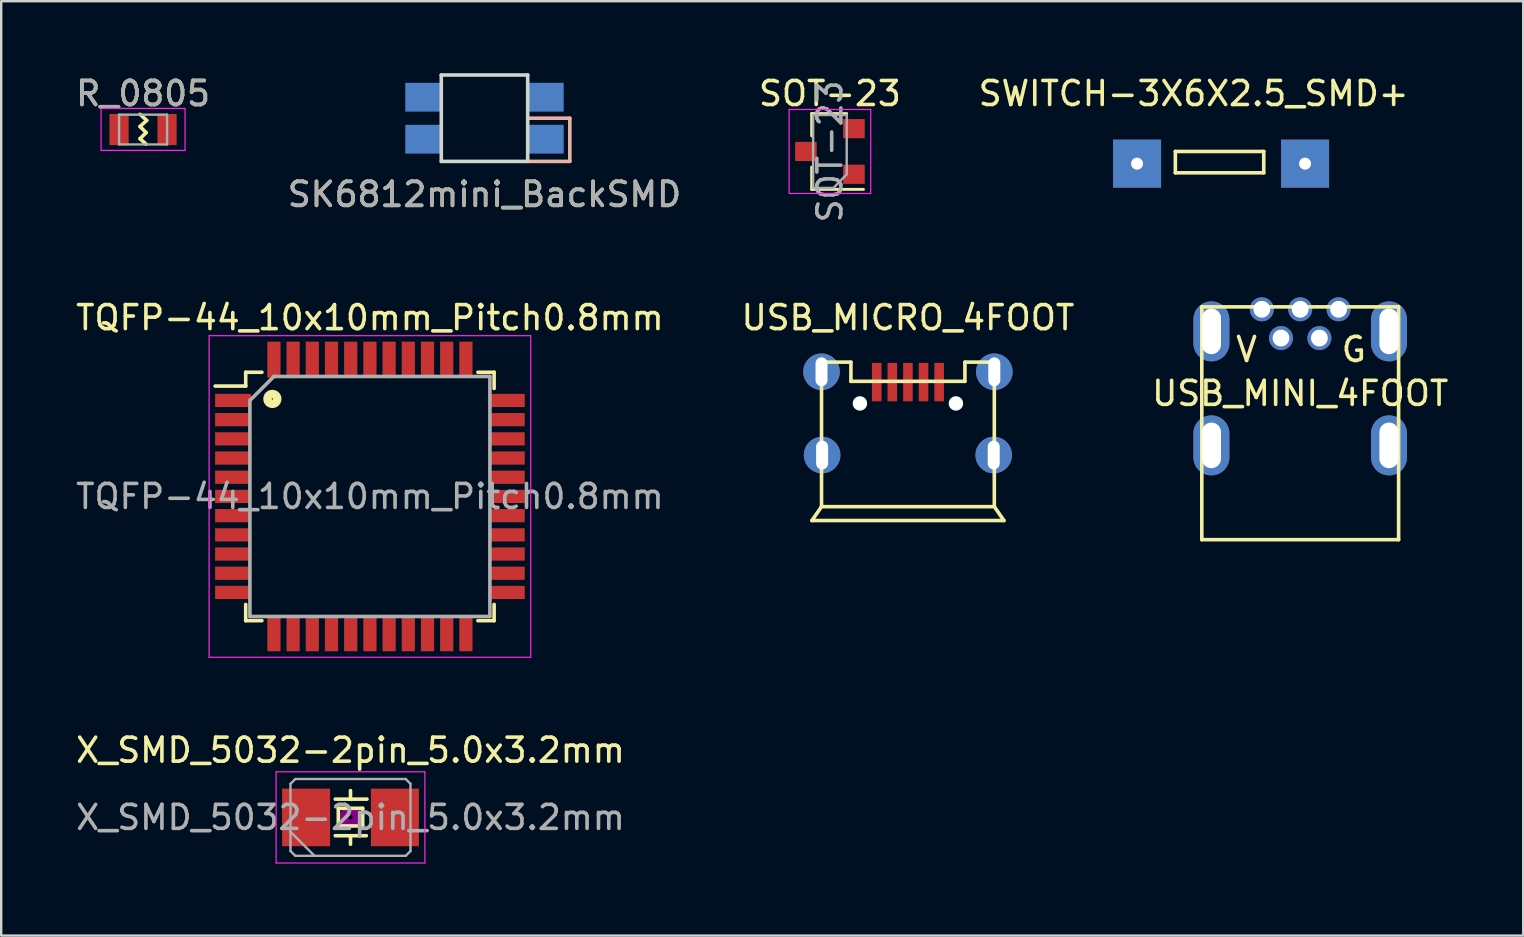
<source format=kicad_pcb>
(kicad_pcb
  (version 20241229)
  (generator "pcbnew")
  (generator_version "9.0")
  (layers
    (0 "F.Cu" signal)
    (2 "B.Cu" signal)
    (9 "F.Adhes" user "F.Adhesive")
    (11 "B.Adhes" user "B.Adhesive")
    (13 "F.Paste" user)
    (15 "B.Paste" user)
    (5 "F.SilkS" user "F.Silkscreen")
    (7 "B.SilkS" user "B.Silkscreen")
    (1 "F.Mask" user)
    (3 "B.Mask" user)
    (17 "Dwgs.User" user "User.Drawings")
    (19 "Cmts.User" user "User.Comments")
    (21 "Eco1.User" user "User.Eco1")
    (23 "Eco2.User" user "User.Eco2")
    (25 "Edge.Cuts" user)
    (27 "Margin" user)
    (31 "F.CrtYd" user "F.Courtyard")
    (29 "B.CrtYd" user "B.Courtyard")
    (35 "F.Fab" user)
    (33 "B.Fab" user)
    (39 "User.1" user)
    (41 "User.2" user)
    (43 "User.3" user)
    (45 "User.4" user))
  (footprint "USB_MINI_4FOOT"
    (layer "F.Cu")
    (at 51.125 9.837)
    (property "Reference" "USB_MINI_4FOOT" (at 0 3.505 0) (layer "F.SilkS") (effects (font (size 1 1) (thickness 0.15))))
    (attr through_hole)
    (fp_line (start -4.1 -0.1) (end -4.1 9.6) (stroke (width 0.15) (type solid)) (layer "F.SilkS"))
    (fp_line (start -4.1 -0.1) (end 4.1 -0.1) (stroke (width 0.15) (type solid)) (layer "F.SilkS"))
    (fp_line (start -4.1 9.6) (end 4.1 9.6) (stroke (width 0.15) (type solid)) (layer "F.SilkS"))
    (fp_line (start 4.1 -0.1) (end 4.1 9.6) (stroke (width 0.15) (type solid)) (layer "F.SilkS"))
    (fp_text user "V" (at -2.235 1.676 0) (layer "F.SilkS") (effects (font (size 1 1) (thickness 0.15))))
    (fp_text user "G" (at 2.235 1.676 0) (layer "F.SilkS") (effects (font (size 1 1) (thickness 0.15))))
    (pad "1" thru_hole circle (at -1.6 0) (size 1 1) (drill 0.7) (layers "*.Cu" "*.Mask"))
    (pad "2" thru_hole circle (at -0.8 1.2) (size 1 1) (drill 0.7) (layers "*.Cu" "*.Mask"))
    (pad "3" thru_hole circle (at 0 0) (size 1 1) (drill 0.7) (layers "*.Cu" "*.Mask"))
    (pad "4" thru_hole circle (at 0.8 1.2) (size 1 1) (drill 0.7) (layers "*.Cu" "*.Mask"))
    (pad "5" thru_hole circle (at 1.6 0) (size 1 1) (drill 0.7) (layers "*.Cu" "*.Mask"))
    (pad "6" thru_hole oval (at -3.7 0.92) (size 1.5 2.5) (drill oval 0.8 1.9) (layers "*.Cu" "*.Mask"))
    (pad "6" thru_hole oval (at -3.7 5.67) (size 1.5 2.5) (drill oval 0.8 1.9) (layers "*.Cu" "*.Mask"))
    (pad "6" thru_hole oval (at 3.7 0.92) (size 1.5 2.5) (drill oval 0.8 1.9) (layers "*.Cu" "*.Mask"))
    (pad "6" thru_hole oval (at 3.7 5.67) (size 1.5 2.5) (drill oval 0.8 1.9) (layers "*.Cu" "*.Mask")))
  (footprint "SWITCH-3X6X2.5_SMD+"
    (layer "F.Cu")
    (at 47.828 3.769)
    (property "Reference" "SWITCH-3X6X2.5_SMD+" (at -1.143 -2.921 0) (layer "F.SilkS") (effects (font (size 1 1) (thickness 0.15))))
    (attr through_hole)
    (fp_line (start -1.905 -0.508) (end -1.905 0.381) (stroke (width 0.15) (type solid)) (layer "F.SilkS"))
    (fp_line (start -1.905 0.381) (end 1.778 0.381) (stroke (width 0.15) (type solid)) (layer "F.SilkS"))
    (fp_line (start 1.778 -0.508) (end -1.905 -0.508) (stroke (width 0.15) (type solid)) (layer "F.SilkS"))
    (fp_line (start 1.778 0.381) (end 1.778 -0.508) (stroke (width 0.15) (type solid)) (layer "F.SilkS"))
    (pad "1" thru_hole rect (at -3.5 0) (size 2 2) (drill 0.5) (layers "*.Cu" "*.Mask"))
    (pad "2" thru_hole rect (at 3.5 0) (size 2 2) (drill 0.5) (layers "*.Cu" "*.Mask")))
  (footprint "SOT-23"
    (layer "F.Cu")
    (at 31.53 3.261)
    (property "Reference" "SOT-23" (at 0 -2.413 0) (layer "F.SilkS") (effects (font (size 1 1) (thickness 0.15))))
    (attr smd)
    (fp_line (start -0.76 -1.58) (end -0.76 -0.65) (stroke (width 0.12) (type solid)) (layer "F.SilkS"))
    (fp_line (start -0.76 -1.58) (end 0.7 -1.58) (stroke (width 0.12) (type solid)) (layer "F.SilkS"))
    (fp_line (start -0.76 1.58) (end -0.76 0.65) (stroke (width 0.12) (type solid)) (layer "F.SilkS"))
    (fp_line (start -0.76 1.58) (end 1.4 1.58) (stroke (width 0.12) (type solid)) (layer "F.SilkS"))
    (fp_line (start -1.7 -1.75) (end 1.7 -1.75) (stroke (width 0.05) (type solid)) (layer "F.CrtYd"))
    (fp_line (start -1.7 1.75) (end -1.7 -1.75) (stroke (width 0.05) (type solid)) (layer "F.CrtYd"))
    (fp_line (start 1.7 -1.75) (end 1.7 1.75) (stroke (width 0.05) (type solid)) (layer "F.CrtYd"))
    (fp_line (start 1.7 1.75) (end -1.7 1.75) (stroke (width 0.05) (type solid)) (layer "F.CrtYd"))
    (fp_line (start -0.7 -1.52) (end -0.7 1.52) (stroke (width 0.1) (type solid)) (layer "F.Fab"))
    (fp_line (start -0.7 -1.52) (end 0.7 -1.52) (stroke (width 0.1) (type solid)) (layer "F.Fab"))
    (fp_line (start 0.15 1.52) (end -0.7 1.52) (stroke (width 0.1) (type solid)) (layer "F.Fab"))
    (fp_line (start 0.7 0.95) (end 0.15 1.52) (stroke (width 0.1) (type solid)) (layer "F.Fab"))
    (fp_line (start 0.7 0.95) (end 0.7 -1.5) (stroke (width 0.1) (type solid)) (layer "F.Fab"))
    (fp_text user "${REFERENCE}" (at -0.0001 -0.001 270) (layer "F.Fab") (effects (font (size 1 1) (thickness 0.15))))
    (pad "1" smd rect (at 1 0.95) (size 0.9 0.8) (layers "F.Cu" "F.Mask" "F.Paste"))
    (pad "2" smd rect (at 1 -0.95) (size 0.9 0.8) (layers "F.Cu" "F.Mask" "F.Paste"))
    (pad "3" smd rect (at -1 0) (size 0.9 0.8) (layers "F.Cu" "F.Mask" "F.Paste")))
  (footprint "R_0805"
    (layer "F.Cu")
    (at 2.911 2.348)
    (property "Reference" "R_0805" (at 0 -1.5 0) (layer "F.SilkS") (effects (font (size 1 1) (thickness 0.15))))
    (attr smd)
    (fp_line (start -0.127 -0.635) (end 0.152 -0.381) (stroke (width 0.15) (type solid)) (layer "F.SilkS"))
    (fp_line (start -0.127 -0.127) (end 0.127 0.127) (stroke (width 0.15) (type solid)) (layer "F.SilkS"))
    (fp_line (start -0.127 0.381) (end 0.127 0.61) (stroke (width 0.15) (type solid)) (layer "F.SilkS"))
    (fp_line (start 0.127 0.127) (end -0.127 0.381) (stroke (width 0.15) (type solid)) (layer "F.SilkS"))
    (fp_line (start 0.152 -0.381) (end -0.127 -0.127) (stroke (width 0.15) (type solid)) (layer "F.SilkS"))
    (fp_line (start -1.75 -0.88) (end -1.75 0.87) (stroke (width 0.05) (type solid)) (layer "F.CrtYd"))
    (fp_line (start -1.75 -0.88) (end 1.75 -0.88) (stroke (width 0.05) (type solid)) (layer "F.CrtYd"))
    (fp_line (start 1.75 0.87) (end -1.75 0.87) (stroke (width 0.05) (type solid)) (layer "F.CrtYd"))
    (fp_line (start 1.75 0.87) (end 1.75 -0.88) (stroke (width 0.05) (type solid)) (layer "F.CrtYd"))
    (fp_line (start -1 -0.62) (end 1 -0.62) (stroke (width 0.1) (type solid)) (layer "F.Fab"))
    (fp_line (start -1 0.62) (end -1 -0.62) (stroke (width 0.1) (type solid)) (layer "F.Fab"))
    (fp_line (start 1 -0.62) (end 1 0.62) (stroke (width 0.1) (type solid)) (layer "F.Fab"))
    (fp_line (start 1 0.62) (end -1 0.62) (stroke (width 0.1) (type solid)) (layer "F.Fab"))
    (fp_text user "${REFERENCE}" (at 0 -1.5 0) (layer "F.Fab") (effects (font (size 1 1) (thickness 0.15))))
    (pad "1" smd rect (at -1 0) (size 0.8 1.3) (layers "F.Cu" "F.Mask" "F.Paste"))
    (pad "2" smd rect (at 1 0) (size 0.8 1.3) (layers "F.Cu" "F.Mask" "F.Paste")))
  (footprint "USB_MICRO_4FOOT"
    (layer "F.Cu")
    (at 34.78 18.06)
    (property "Reference" "USB_MICRO_4FOOT" (at 0 -7.874 0) (layer "F.SilkS") (effects (font (size 1 1) (thickness 0.15))))
    (attr through_hole)
    (fp_line (start -4 0.58) (end 4 0.58) (stroke (width 0.15) (type solid)) (layer "F.SilkS"))
    (fp_line (start -3.6 -6.02) (end -3.6 0) (stroke (width 0.15) (type solid)) (layer "F.SilkS"))
    (fp_line (start -3.6 -6.02) (end -2.375 -6.02) (stroke (width 0.15) (type solid)) (layer "F.SilkS"))
    (fp_line (start -3.6 0) (end -4 0.58) (stroke (width 0.15) (type solid)) (layer "F.SilkS"))
    (fp_line (start -3.6 0) (end 3.6 0) (stroke (width 0.15) (type solid)) (layer "F.SilkS"))
    (fp_line (start -2.375 -6.02) (end -2.375 -5.22) (stroke (width 0.15) (type solid)) (layer "F.SilkS"))
    (fp_line (start -2.375 -5.22) (end 2.375 -5.22) (stroke (width 0.15) (type solid)) (layer "F.SilkS"))
    (fp_line (start 2.375 -6.02) (end 2.375 -5.22) (stroke (width 0.15) (type solid)) (layer "F.SilkS"))
    (fp_line (start 3.6 -6.02) (end 2.375 -6.02) (stroke (width 0.15) (type solid)) (layer "F.SilkS"))
    (fp_line (start 3.6 -6.02) (end 3.6 0) (stroke (width 0.15) (type solid)) (layer "F.SilkS"))
    (fp_line (start 3.6 0) (end 4 0.58) (stroke (width 0.15) (type solid)) (layer "F.SilkS"))
    (pad "" np_thru_hole circle (at -2 -4.3) (size 0.6 0.6) (drill 0.6) (layers "*.Cu"))
    (pad "" np_thru_hole circle (at 2 -4.3) (size 0.6 0.6) (drill 0.6) (layers "*.Cu"))
    (pad "1" smd rect (at -1.3 -5.19) (size 0.4 1.6) (layers "F.Cu" "F.Mask" "F.Paste"))
    (pad "2" smd rect (at -0.65 -5.19) (size 0.4 1.6) (layers "F.Cu" "F.Mask" "F.Paste"))
    (pad "3" smd rect (at 0 -5.19) (size 0.4 1.6) (layers "F.Cu" "F.Mask" "F.Paste"))
    (pad "4" smd rect (at 0.65 -5.19) (size 0.4 1.6) (layers "F.Cu" "F.Mask" "F.Paste"))
    (pad "5" smd rect (at 1.3 -5.19) (size 0.4 1.6) (layers "F.Cu" "F.Mask" "F.Paste"))
    (pad "6" thru_hole circle (at -3.6 -5.62) (size 1.524 1.524) (drill oval 0.5 1.2) (layers "*.Cu" "*.Mask"))
    (pad "6" thru_hole circle (at -3.575 -2.15) (size 1.524 1.524) (drill oval 0.5 1.2) (layers "*.Cu" "*.Mask"))
    (pad "6" thru_hole circle (at 3.575 -2.15) (size 1.524 1.524) (drill oval 0.5 1.2) (layers "*.Cu" "*.Mask"))
    (pad "6" thru_hole circle (at 3.6 -5.62) (size 1.524 1.524) (drill oval 0.5 1.2) (layers "*.Cu" "*.Mask")))
  (footprint "TQFP-44_10x10mm_Pitch0.8mm"
    (layer "F.Cu")
    (at 12.363 17.636)
    (property "Reference" "TQFP-44_10x10mm_Pitch0.8mm" (at 0 -7.45 0) (layer "F.SilkS") (effects (font (size 1 1) (thickness 0.15))))
    (attr smd)
    (fp_line (start -5.175 -5.175) (end -5.175 -4.6) (stroke (width 0.15) (type solid)) (layer "F.SilkS"))
    (fp_line (start -5.175 -5.175) (end -4.5 -5.175) (stroke (width 0.15) (type solid)) (layer "F.SilkS"))
    (fp_line (start -5.175 -4.6) (end -6.45 -4.6) (stroke (width 0.15) (type solid)) (layer "F.SilkS"))
    (fp_line (start -5.175 5.175) (end -5.175 4.5) (stroke (width 0.15) (type solid)) (layer "F.SilkS"))
    (fp_line (start -5.175 5.175) (end -4.5 5.175) (stroke (width 0.15) (type solid)) (layer "F.SilkS"))
    (fp_line (start 5.175 -5.175) (end 4.5 -5.175) (stroke (width 0.15) (type solid)) (layer "F.SilkS"))
    (fp_line (start 5.175 -5.175) (end 5.175 -4.5) (stroke (width 0.15) (type solid)) (layer "F.SilkS"))
    (fp_line (start 5.175 5.175) (end 4.5 5.175) (stroke (width 0.15) (type solid)) (layer "F.SilkS"))
    (fp_line (start 5.175 5.175) (end 5.175 4.5) (stroke (width 0.15) (type solid)) (layer "F.SilkS"))
    (fp_circle (center -4.064 -4.064) (end -3.962 -4.064) (stroke (width 0.15) (type solid)) (fill no) (layer "F.SilkS"))
    (fp_circle (center -4.064 -4.064) (end -3.861 -4.064) (stroke (width 0.15) (type solid)) (fill no) (layer "F.SilkS"))
    (fp_circle (center -4.064 -4.064) (end -3.759 -4.064) (stroke (width 0.15) (type solid)) (fill no) (layer "F.SilkS"))
    (fp_line (start -6.7 -6.7) (end -6.7 6.7) (stroke (width 0.05) (type solid)) (layer "F.CrtYd"))
    (fp_line (start -6.7 -6.7) (end 6.7 -6.7) (stroke (width 0.05) (type solid)) (layer "F.CrtYd"))
    (fp_line (start -6.7 6.7) (end 6.7 6.7) (stroke (width 0.05) (type solid)) (layer "F.CrtYd"))
    (fp_line (start 6.7 -6.7) (end 6.7 6.7) (stroke (width 0.05) (type solid)) (layer "F.CrtYd"))
    (fp_line (start -5 -4) (end -4 -5) (stroke (width 0.15) (type solid)) (layer "F.Fab"))
    (fp_line (start -5 5) (end -5 -4) (stroke (width 0.15) (type solid)) (layer "F.Fab"))
    (fp_line (start -4 -5) (end 5 -5) (stroke (width 0.15) (type solid)) (layer "F.Fab"))
    (fp_line (start 5 -5) (end 5 5) (stroke (width 0.15) (type solid)) (layer "F.Fab"))
    (fp_line (start 5 5) (end -5 5) (stroke (width 0.15) (type solid)) (layer "F.Fab"))
    (fp_text user "${REFERENCE}" (at 0 0 0) (layer "F.Fab") (effects (font (size 1 1) (thickness 0.15))))
    (pad "1" smd rect (at -5.7 -4) (size 1.5 0.55) (layers "F.Cu" "F.Mask" "F.Paste"))
    (pad "2" smd rect (at -5.7 -3.2) (size 1.5 0.55) (layers "F.Cu" "F.Mask" "F.Paste"))
    (pad "3" smd rect (at -5.7 -2.4) (size 1.5 0.55) (layers "F.Cu" "F.Mask" "F.Paste"))
    (pad "4" smd rect (at -5.7 -1.6) (size 1.5 0.55) (layers "F.Cu" "F.Mask" "F.Paste"))
    (pad "5" smd rect (at -5.7 -0.8) (size 1.5 0.55) (layers "F.Cu" "F.Mask" "F.Paste"))
    (pad "6" smd rect (at -5.7 0) (size 1.5 0.55) (layers "F.Cu" "F.Mask" "F.Paste"))
    (pad "7" smd rect (at -5.7 0.8) (size 1.5 0.55) (layers "F.Cu" "F.Mask" "F.Paste"))
    (pad "8" smd rect (at -5.7 1.6) (size 1.5 0.55) (layers "F.Cu" "F.Mask" "F.Paste"))
    (pad "9" smd rect (at -5.7 2.4) (size 1.5 0.55) (layers "F.Cu" "F.Mask" "F.Paste"))
    (pad "10" smd rect (at -5.7 3.2) (size 1.5 0.55) (layers "F.Cu" "F.Mask" "F.Paste"))
    (pad "11" smd rect (at -5.7 4) (size 1.5 0.55) (layers "F.Cu" "F.Mask" "F.Paste"))
    (pad "12" smd rect (at -4 5.7 90) (size 1.5 0.55) (layers "F.Cu" "F.Mask" "F.Paste"))
    (pad "13" smd rect (at -3.2 5.7 90) (size 1.5 0.55) (layers "F.Cu" "F.Mask" "F.Paste"))
    (pad "14" smd rect (at -2.4 5.7 90) (size 1.5 0.55) (layers "F.Cu" "F.Mask" "F.Paste"))
    (pad "15" smd rect (at -1.6 5.7 90) (size 1.5 0.55) (layers "F.Cu" "F.Mask" "F.Paste"))
    (pad "16" smd rect (at -0.8 5.7 90) (size 1.5 0.55) (layers "F.Cu" "F.Mask" "F.Paste"))
    (pad "17" smd rect (at 0 5.7 90) (size 1.5 0.55) (layers "F.Cu" "F.Mask" "F.Paste"))
    (pad "18" smd rect (at 0.8 5.7 90) (size 1.5 0.55) (layers "F.Cu" "F.Mask" "F.Paste"))
    (pad "19" smd rect (at 1.6 5.7 90) (size 1.5 0.55) (layers "F.Cu" "F.Mask" "F.Paste"))
    (pad "20" smd rect (at 2.4 5.7 90) (size 1.5 0.55) (layers "F.Cu" "F.Mask" "F.Paste"))
    (pad "21" smd rect (at 3.2 5.7 90) (size 1.5 0.55) (layers "F.Cu" "F.Mask" "F.Paste"))
    (pad "22" smd rect (at 4 5.7 90) (size 1.5 0.55) (layers "F.Cu" "F.Mask" "F.Paste"))
    (pad "23" smd rect (at 5.7 4) (size 1.5 0.55) (layers "F.Cu" "F.Mask" "F.Paste"))
    (pad "24" smd rect (at 5.7 3.2) (size 1.5 0.55) (layers "F.Cu" "F.Mask" "F.Paste"))
    (pad "25" smd rect (at 5.7 2.4) (size 1.5 0.55) (layers "F.Cu" "F.Mask" "F.Paste"))
    (pad "26" smd rect (at 5.7 1.6) (size 1.5 0.55) (layers "F.Cu" "F.Mask" "F.Paste"))
    (pad "27" smd rect (at 5.7 0.8) (size 1.5 0.55) (layers "F.Cu" "F.Mask" "F.Paste"))
    (pad "28" smd rect (at 5.7 0) (size 1.5 0.55) (layers "F.Cu" "F.Mask" "F.Paste"))
    (pad "29" smd rect (at 5.7 -0.8) (size 1.5 0.55) (layers "F.Cu" "F.Mask" "F.Paste"))
    (pad "30" smd rect (at 5.7 -1.6) (size 1.5 0.55) (layers "F.Cu" "F.Mask" "F.Paste"))
    (pad "31" smd rect (at 5.7 -2.4) (size 1.5 0.55) (layers "F.Cu" "F.Mask" "F.Paste"))
    (pad "32" smd rect (at 5.7 -3.2) (size 1.5 0.55) (layers "F.Cu" "F.Mask" "F.Paste"))
    (pad "33" smd rect (at 5.7 -4) (size 1.5 0.55) (layers "F.Cu" "F.Mask" "F.Paste"))
    (pad "34" smd rect (at 4 -5.7 90) (size 1.5 0.55) (layers "F.Cu" "F.Mask" "F.Paste"))
    (pad "35" smd rect (at 3.2 -5.7 90) (size 1.5 0.55) (layers "F.Cu" "F.Mask" "F.Paste"))
    (pad "36" smd rect (at 2.4 -5.7 90) (size 1.5 0.55) (layers "F.Cu" "F.Mask" "F.Paste"))
    (pad "37" smd rect (at 1.6 -5.7 90) (size 1.5 0.55) (layers "F.Cu" "F.Mask" "F.Paste"))
    (pad "38" smd rect (at 0.8 -5.7 90) (size 1.5 0.55) (layers "F.Cu" "F.Mask" "F.Paste"))
    (pad "39" smd rect (at 0 -5.7 90) (size 1.5 0.55) (layers "F.Cu" "F.Mask" "F.Paste"))
    (pad "40" smd rect (at -0.8 -5.7 90) (size 1.5 0.55) (layers "F.Cu" "F.Mask" "F.Paste"))
    (pad "41" smd rect (at -1.6 -5.7 90) (size 1.5 0.55) (layers "F.Cu" "F.Mask" "F.Paste"))
    (pad "42" smd rect (at -2.4 -5.7 90) (size 1.5 0.55) (layers "F.Cu" "F.Mask" "F.Paste"))
    (pad "43" smd rect (at -3.2 -5.7 90) (size 1.5 0.55) (layers "F.Cu" "F.Mask" "F.Paste"))
    (pad "44" smd rect (at -4 -5.7 90) (size 1.5 0.55) (layers "F.Cu" "F.Mask" "F.Paste")))
  (footprint "SK6812mini_BackSMD"
    (layer "F.Cu")
    (at 17.137 1.875)
    (property "Reference" "SK6812mini_BackSMD" (at 0 3.175 0) (layer "F.SilkS") (effects (font (size 1 1) (thickness 0.15))))
    (attr through_hole)
    (fp_line (start 1.841 0) (end 3.556 0) (stroke (width 0.15) (type solid)) (layer "B.SilkS"))
    (fp_line (start 3.556 0) (end 3.556 1.8) (stroke (width 0.15) (type solid)) (layer "B.SilkS"))
    (fp_line (start 3.556 1.8) (end 1.841 1.8) (stroke (width 0.15) (type solid)) (layer "B.SilkS"))
    (fp_line (start -1.8 -1.8) (end -1.8 1.8) (stroke (width 0.15) (type solid)) (layer "Edge.Cuts"))
    (fp_line (start -1.8 -1.8) (end 1.8 -1.8) (stroke (width 0.15) (type solid)) (layer "Edge.Cuts"))
    (fp_line (start -1.8 1.8) (end 1.8 1.8) (stroke (width 0.15) (type solid)) (layer "Edge.Cuts"))
    (fp_line (start 1.8 -1.8) (end 1.8 1.8) (stroke (width 0.15) (type solid)) (layer "Edge.Cuts"))
    (fp_text user "${REFERENCE}" (at 0 3.175 0) (layer "F.Fab") (effects (font (size 1 1) (thickness 0.15))))
    (pad "1" smd rect (at -2.55 -0.875) (size 1.5 1.2) (layers "B.Cu" "B.Mask" "B.Paste"))
    (pad "2" smd rect (at -2.55 0.875) (size 1.5 1.2) (layers "B.Cu" "B.Mask" "B.Paste"))
    (pad "3" smd rect (at 2.55 0.875) (size 1.5 1.2) (layers "B.Cu" "B.Mask" "B.Paste"))
    (pad "4" smd rect (at 2.55 -0.875) (size 1.5 1.2) (layers "B.Cu" "B.Mask" "B.Paste")))
  (footprint "X_SMD_5032-2pin_5.0x3.2mm"
    (layer "F.Cu")
    (at 11.554 31.009)
    (property "Reference" "X_SMD_5032-2pin_5.0x3.2mm" (at 0 -2.8 0) (layer "F.SilkS") (effects (font (size 1 1) (thickness 0.15))))
    (attr smd)
    (fp_line (start -0.635 -0.762) (end 0.686 -0.762) (stroke (width 0.15) (type solid)) (layer "F.SilkS"))
    (fp_line (start -0.635 0.762) (end 0.66 0.762) (stroke (width 0.15) (type solid)) (layer "F.SilkS"))
    (fp_line (start -0.508 -0.381) (end -0.508 0.356) (stroke (width 0.15) (type solid)) (layer "F.SilkS"))
    (fp_line (start -0.508 0.356) (end 0.508 0.356) (stroke (width 0.15) (type solid)) (layer "F.SilkS"))
    (fp_line (start 0 -0.762) (end 0 -1.118) (stroke (width 0.15) (type solid)) (layer "F.SilkS"))
    (fp_line (start 0 0.762) (end 0 1.118) (stroke (width 0.15) (type solid)) (layer "F.SilkS"))
    (fp_line (start 0.508 -0.381) (end -0.508 -0.381) (stroke (width 0.15) (type solid)) (layer "F.SilkS"))
    (fp_line (start 0.508 0.356) (end 0.508 -0.381) (stroke (width 0.15) (type solid)) (layer "F.SilkS"))
    (fp_circle (center 0 0) (end 0.093 0) (stroke (width 0.187) (type solid)) (fill no) (layer "F.Adhes"))
    (fp_circle (center 0 0) (end 0.213 0) (stroke (width 0.133) (type solid)) (fill no) (layer "F.Adhes"))
    (fp_circle (center 0 0) (end 0.333 0) (stroke (width 0.133) (type solid)) (fill no) (layer "F.Adhes"))
    (fp_circle (center 0 0) (end 0.4 0) (stroke (width 0.1) (type solid)) (fill no) (layer "F.Adhes"))
    (fp_line (start -3.1 -1.9) (end -3.1 1.9) (stroke (width 0.05) (type solid)) (layer "F.CrtYd"))
    (fp_line (start -3.1 1.9) (end 3.1 1.9) (stroke (width 0.05) (type solid)) (layer "F.CrtYd"))
    (fp_line (start 3.1 -1.9) (end -3.1 -1.9) (stroke (width 0.05) (type solid)) (layer "F.CrtYd"))
    (fp_line (start 3.1 1.9) (end 3.1 -1.9) (stroke (width 0.05) (type solid)) (layer "F.CrtYd"))
    (fp_line (start -2.5 -1.4) (end -2.3 -1.6) (stroke (width 0.1) (type solid)) (layer "F.Fab"))
    (fp_line (start -2.5 0.6) (end -1.5 1.6) (stroke (width 0.1) (type solid)) (layer "F.Fab"))
    (fp_line (start -2.5 1.4) (end -2.5 -1.4) (stroke (width 0.1) (type solid)) (layer "F.Fab"))
    (fp_line (start -2.3 -1.6) (end 2.3 -1.6) (stroke (width 0.1) (type solid)) (layer "F.Fab"))
    (fp_line (start -2.3 1.6) (end -2.5 1.4) (stroke (width 0.1) (type solid)) (layer "F.Fab"))
    (fp_line (start 2.3 -1.6) (end 2.5 -1.4) (stroke (width 0.1) (type solid)) (layer "F.Fab"))
    (fp_line (start 2.3 1.6) (end -2.3 1.6) (stroke (width 0.1) (type solid)) (layer "F.Fab"))
    (fp_line (start 2.5 -1.4) (end 2.5 1.4) (stroke (width 0.1) (type solid)) (layer "F.Fab"))
    (fp_line (start 2.5 1.4) (end 2.3 1.6) (stroke (width 0.1) (type solid)) (layer "F.Fab"))
    (fp_text user "${REFERENCE}" (at 0 0.001 0) (layer "F.Fab") (effects (font (size 1 1) (thickness 0.15))))
    (pad "1" smd rect (at -1.85 0) (size 2 2.4) (layers "F.Cu" "F.Mask" "F.Paste"))
    (pad "2" smd rect (at 1.85 0) (size 2 2.4) (layers "F.Cu" "F.Mask" "F.Paste")))
  (gr_rect
    (start -3 -3)
    (end 60.417 35.934)
    (stroke (width 0.1) (type default))
    (fill no)
    (layer "Edge.Cuts")))
</source>
